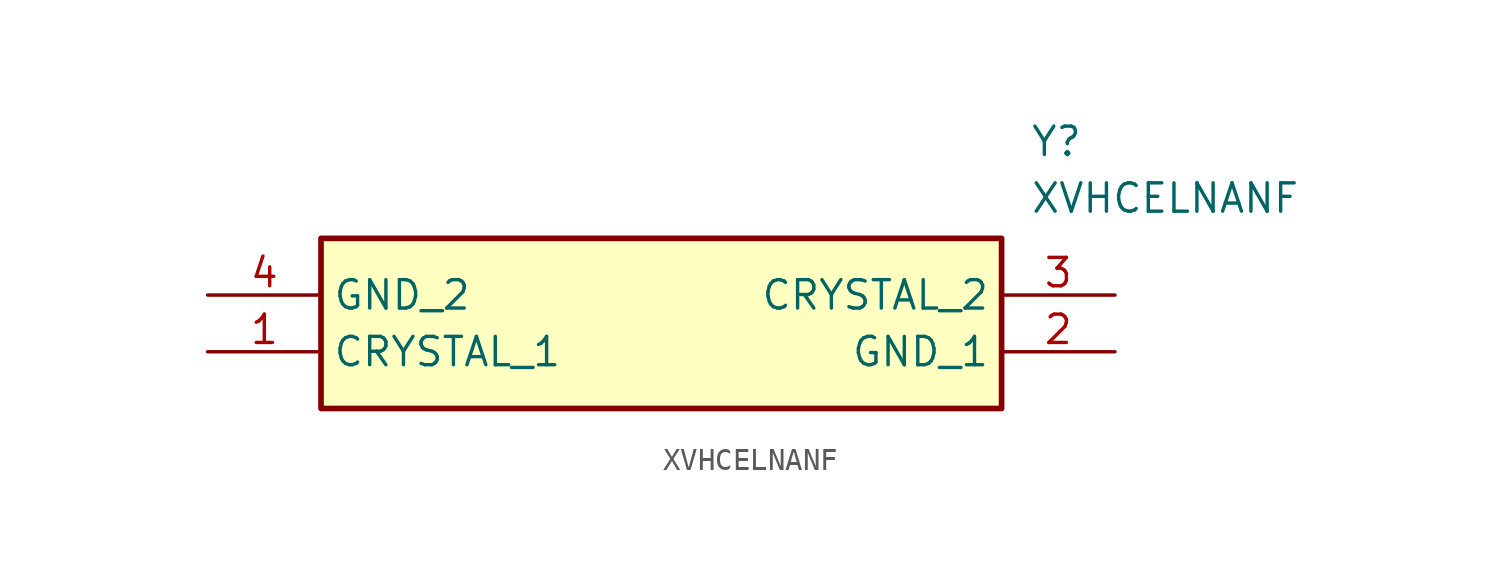
<source format=kicad_sym>
(kicad_symbol_lib
  (version 20211014)
  (generator SamacSys_ECAD_Model)
  (symbol "XVHCELNANF"
    (property "Reference" "Y"
      (at 36.83 7.62 0)
      (effects (font (size 1.27 1.27)) (justify left top)))
    (property "Value" "XVHCELNANF"
      (at 36.83 5.08 0)
      (effects (font (size 1.27 1.27)) (justify left top)))
    (rectangle
      (start 5.08 2.54)
      (end 35.56 -5.08)
      (stroke (width 0.254) (type default))
      (fill (type background)))
    (pin passive line
      (at 0 -2.54 0)
      (length 5.08)
      (name "CRYSTAL_1" (effects (font (size 1.27 1.27))))
      (number "1" (effects (font (size 1.27 1.27)))))
    (pin passive line
      (at 40.64 -2.54 180)
      (length 5.08)
      (name "GND_1" (effects (font (size 1.27 1.27))))
      (number "2" (effects (font (size 1.27 1.27)))))
    (pin passive line
      (at 40.64 0 180)
      (length 5.08)
      (name "CRYSTAL_2" (effects (font (size 1.27 1.27))))
      (number "3" (effects (font (size 1.27 1.27)))))
    (pin passive line
      (at 0 0 0)
      (length 5.08)
      (name "GND_2" (effects (font (size 1.27 1.27))))
      (number "4" (effects (font (size 1.27 1.27)))))))
</source>
